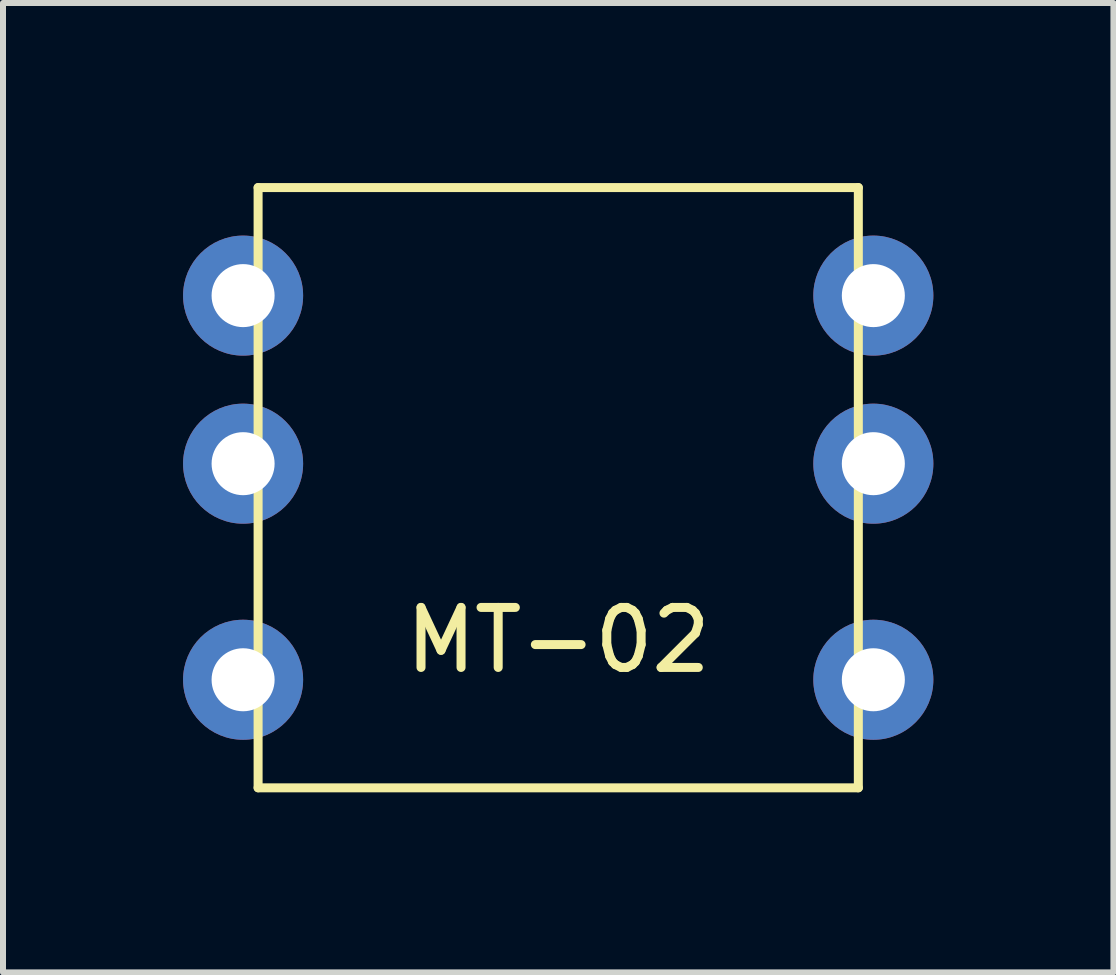
<source format=kicad_pcb>
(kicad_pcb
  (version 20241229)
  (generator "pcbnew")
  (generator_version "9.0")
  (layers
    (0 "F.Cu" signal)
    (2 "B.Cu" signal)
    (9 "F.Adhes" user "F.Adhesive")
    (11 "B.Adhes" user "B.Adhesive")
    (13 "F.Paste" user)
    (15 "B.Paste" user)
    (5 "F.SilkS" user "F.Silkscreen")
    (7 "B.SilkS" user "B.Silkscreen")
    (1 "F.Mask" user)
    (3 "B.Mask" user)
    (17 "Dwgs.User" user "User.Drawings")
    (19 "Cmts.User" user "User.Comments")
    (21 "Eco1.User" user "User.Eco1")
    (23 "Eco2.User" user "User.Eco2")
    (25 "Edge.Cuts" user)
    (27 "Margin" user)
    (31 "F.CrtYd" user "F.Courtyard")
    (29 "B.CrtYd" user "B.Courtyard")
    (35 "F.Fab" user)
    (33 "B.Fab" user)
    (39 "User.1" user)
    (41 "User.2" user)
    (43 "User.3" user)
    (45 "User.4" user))
  (footprint "MT-02"
    (layer "F.Cu")
    (at 6.25 5.075)
    (property "Reference" "MT-02" (at 0 2.54 0) (layer "F.SilkS") (effects (font (size 1 1) (thickness 0.15))))
    (attr through_hole)
    (fp_line (start -5 -5) (end 5 -5) (stroke (width 0.15) (type solid)) (layer "F.SilkS"))
    (fp_line (start -5 5) (end -5 -5) (stroke (width 0.15) (type solid)) (layer "F.SilkS"))
    (fp_line (start 5 -5) (end 5 5) (stroke (width 0.15) (type solid)) (layer "F.SilkS"))
    (fp_line (start 5 5) (end -5 5) (stroke (width 0.15) (type solid)) (layer "F.SilkS"))
    (pad "1" thru_hole circle (at -5.25 -3.2) (size 2 2) (drill 1.05) (layers "*.Cu" "*.Mask"))
    (pad "2" thru_hole circle (at -5.25 -0.4) (size 2 2) (drill 1.05) (layers "*.Cu" "*.Mask"))
    (pad "3" thru_hole circle (at -5.25 3.2) (size 2 2) (drill 1.05) (layers "*.Cu" "*.Mask"))
    (pad "4" thru_hole circle (at 5.25 -3.2) (size 2 2) (drill 1.05) (layers "*.Cu" "*.Mask"))
    (pad "5" thru_hole circle (at 5.25 -0.4) (size 2 2) (drill 1.05) (layers "*.Cu" "*.Mask"))
    (pad "6" thru_hole circle (at 5.25 3.2) (size 2 2) (drill 1.05) (layers "*.Cu" "*.Mask")))
  (gr_rect
    (start -3 -3)
    (end 15.5 13.15)
    (stroke (width 0.1) (type default))
    (fill no)
    (layer "Edge.Cuts")))
</source>
